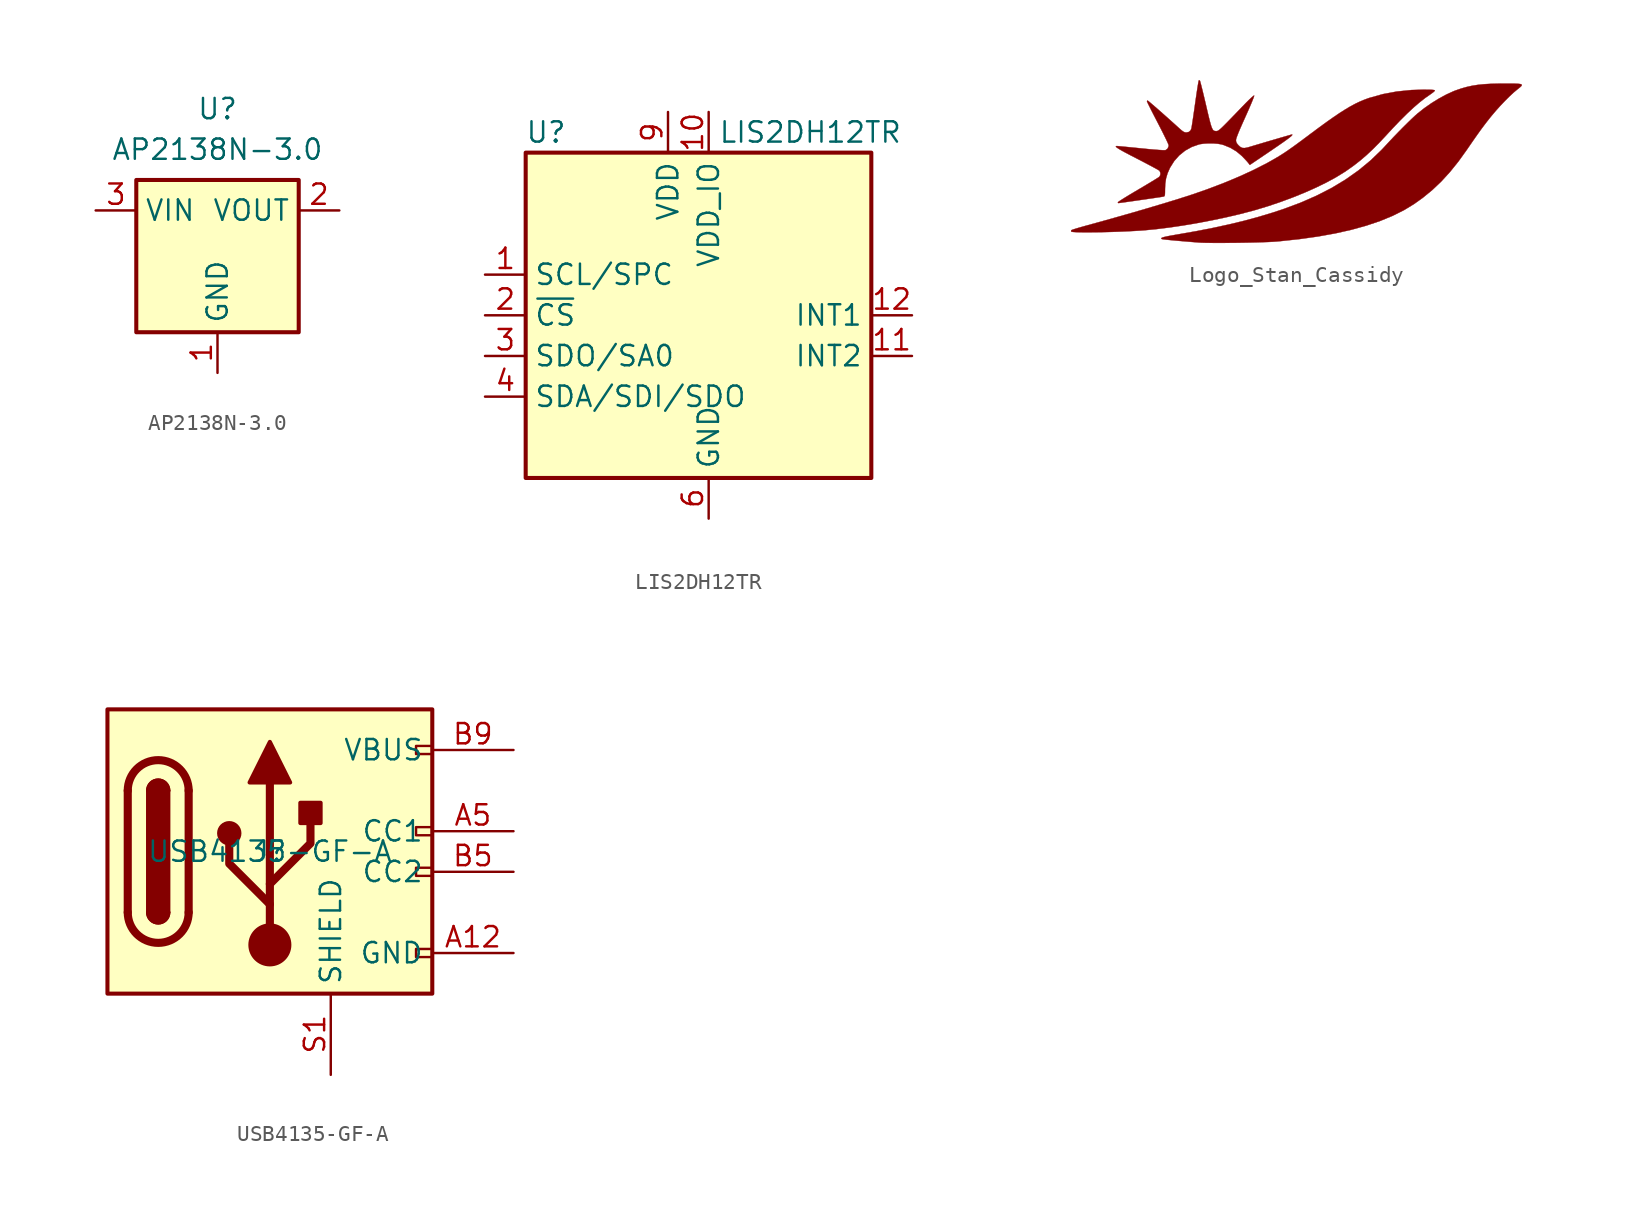
<source format=kicad_sym>
(kicad_symbol_lib
  (version 20211014)
  (generator kicad_symbol_editor)
  (symbol "AP2138N-3.0"
    (property "Reference" "U"
      (at 0 8.89 0)
      (effects (font (size 1.27 1.27))))
    (property "Value" "AP2138N-3.0"
      (at 0 6.35 0)
      (effects (font (size 1.27 1.27))))
    (symbol "AP2138N-3.0_0_1"
      (rectangle (start -5.08 4.445) (end 5.08 -5.08) (stroke (width 0.254) (type default) (color 0 0 0 0)) (fill (type background))))
    (symbol "AP2138N-3.0_1_1"
      (pin power_in line (at 0 -7.62 90) (length 2.54) (name "GND" (effects (font (size 1.27 1.27)))) (number "1" (effects (font (size 1.27 1.27)))))
      (pin power_out line (at 7.62 2.54 180) (length 2.54) (name "VOUT" (effects (font (size 1.27 1.27)))) (number "2" (effects (font (size 1.27 1.27)))))
      (pin power_in line (at -7.62 2.54 0) (length 2.54) (name "VIN" (effects (font (size 1.27 1.27)))) (number "3" (effects (font (size 1.27 1.27)))))))
  (symbol "LIS2DH12TR"
    (property "Reference" "U"
      (at -8.89 10.16 0)
      (effects (font (size 1.27 1.27))))
    (property "Value" "LIS2DH12TR"
      (at 7.62 10.16 0)
      (effects (font (size 1.27 1.27))))
    (symbol "LIS2DH12TR_0_1"
      (rectangle (start -10.16 8.89) (end 11.43 -11.43) (stroke (width 0.254) (type default) (color 0 0 0 0)) (fill (type background))))
    (symbol "LIS2DH12TR_1_1"
      (pin input line (at -12.7 1.27 0) (length 2.54) (name "SCL/SPC" (effects (font (size 1.27 1.27)))) (number "1" (effects (font (size 1.27 1.27)))))
      (pin power_in line (at 1.27 11.43 270) (length 2.54) (name "VDD_IO" (effects (font (size 1.27 1.27)))) (number "10" (effects (font (size 1.27 1.27)))))
      (pin output line (at 13.97 -3.81 180) (length 2.54) (name "INT2" (effects (font (size 1.27 1.27)))) (number "11" (effects (font (size 1.27 1.27)))))
      (pin output line (at 13.97 -1.27 180) (length 2.54) (name "INT1" (effects (font (size 1.27 1.27)))) (number "12" (effects (font (size 1.27 1.27)))))
      (pin input line (at -12.7 -1.27 0) (length 2.54) (name "~{CS}" (effects (font (size 1.27 1.27)))) (number "2" (effects (font (size 1.27 1.27)))))
      (pin bidirectional line (at -12.7 -3.81 0) (length 2.54) (name "SDO/SA0" (effects (font (size 1.27 1.27)))) (number "3" (effects (font (size 1.27 1.27)))) (alternate "SA0" passive line))
      (pin bidirectional line (at -12.7 -6.35 0) (length 2.54) (name "SDA/SDI/SDO" (effects (font (size 1.27 1.27)))) (number "4" (effects (font (size 1.27 1.27)))))
      (pin passive line (at 1.27 -13.97 90) (length 2.54) hide (name "RES" (effects (font (size 1.27 1.27)))) (number "5" (effects (font (size 1.27 1.27)))))
      (pin power_in line (at 1.27 -13.97 90) (length 2.54) (name "GND" (effects (font (size 1.27 1.27)))) (number "6" (effects (font (size 1.27 1.27)))))
      (pin passive line (at 1.27 -13.97 90) (length 2.54) hide (name "GND" (effects (font (size 1.27 1.27)))) (number "7" (effects (font (size 1.27 1.27)))))
      (pin passive line (at 1.27 -13.97 90) (length 2.54) hide (name "GND" (effects (font (size 1.27 1.27)))) (number "8" (effects (font (size 1.27 1.27)))))
      (pin power_in line (at -1.27 11.43 270) (length 2.54) (name "VDD" (effects (font (size 1.27 1.27)))) (number "9" (effects (font (size 1.27 1.27)))))))
  (symbol "Logo_Stan_Cassidy"
    (property "Reference" "LOGO"
      (at 0 0 0)
      (effects (font (size 1.27 1.27)) hide))
    (symbol "Logo_Stan_Cassidy_0_0"
      (polyline (pts (xy -12.7 -3.81) (xy -12.309 -3.804) (xy -11.901 -3.794) (xy -11.484 -3.781) (xy -11.067 -3.766) (xy -10.659 -3.748) (xy -10.268 -3.728) (xy -9.905 -3.706) (xy -9.576 -3.681) (xy -8.876 -3.613) (xy -8.049 -3.51) (xy -7.181 -3.381) (xy -6.29 -3.229) (xy -5.396 -3.059) (xy -4.519 -2.874) (xy -3.677 -2.677) (xy -2.89 -2.472) (xy -2.705 -2.42) (xy -1.911 -2.18) (xy -1.122 -1.914) (xy -0.351 -1.628) (xy 0.391 -1.327) (xy 1.094 -1.014) (xy 1.746 -0.695) (xy 2.335 -0.375) (xy 2.852 -0.057) (xy 3.051 0.077) (xy 3.467 0.373) (xy 3.861 0.682) (xy 4.248 1.015) (xy 4.64 1.383) (xy 5.051 1.798) (xy 5.495 2.273) (xy 5.894 2.705) (xy 6.359 3.19) (xy 6.787 3.614) (xy 7.184 3.984) (xy 7.555 4.303) (xy 7.906 4.578) (xy 8.244 4.814) (xy 8.263 4.827) (xy 8.387 4.917) (xy 8.475 4.993) (xy 8.509 5.041) (xy 8.508 5.046) (xy 8.478 5.065) (xy 8.399 5.079) (xy 8.262 5.088) (xy 8.058 5.092) (xy 7.778 5.094) (xy 7.048 5.072) (xy 6.133 4.979) (xy 5.254 4.815) (xy 4.418 4.58) (xy 4.354 4.559) (xy 4.08 4.458) (xy 3.805 4.342) (xy 3.525 4.207) (xy 3.23 4.048) (xy 2.914 3.861) (xy 2.57 3.642) (xy 2.19 3.385) (xy 1.767 3.087) (xy 1.294 2.743) (xy 0.763 2.349) (xy 0.761 2.347) (xy 0.362 2.049) (xy 0.021 1.796) (xy -0.273 1.581) (xy -0.529 1.399) (xy -0.756 1.241) (xy -0.966 1.102) (xy -1.167 0.975) (xy -1.369 0.853) (xy -1.582 0.729) (xy -1.815 0.597) (xy -2.095 0.445) (xy -2.872 0.052) (xy -3.721 -0.336) (xy -4.632 -0.717) (xy -5.596 -1.086) (xy -6.604 -1.44) (xy -7.646 -1.774) (xy -7.734 -1.801) (xy -8.626 -2.071) (xy -9.5 -2.331) (xy -10.376 -2.587) (xy -11.274 -2.843) (xy -12.215 -3.107) (xy -13.219 -3.384) (xy -13.357 -3.422) (xy -13.614 -3.495) (xy -13.838 -3.56) (xy -14.016 -3.615) (xy -14.137 -3.656) (xy -14.188 -3.678) (xy -14.202 -3.697) (xy -14.2 -3.765) (xy -14.178 -3.776) (xy -14.079 -3.791) (xy -13.909 -3.802) (xy -13.678 -3.81) (xy -13.393 -3.813) (xy -13.064 -3.813) (xy -12.7 -3.81)) (stroke (width 0.01) (type default) (color 0 0 0 0)) (fill (type outline)))
      (polyline (pts (xy -4.364 -4.47) (xy -3.922 -4.466) (xy -3.476 -4.459) (xy -3.038 -4.451) (xy -2.62 -4.441) (xy -2.234 -4.429) (xy -1.892 -4.417) (xy -1.605 -4.402) (xy -1.387 -4.387) (xy -1.18 -4.369) (xy 0.059 -4.236) (xy 1.219 -4.072) (xy 2.301 -3.877) (xy 3.308 -3.65) (xy 4.238 -3.392) (xy 5.093 -3.103) (xy 5.874 -2.781) (xy 6.582 -2.427) (xy 7.216 -2.041) (xy 7.762 -1.65) (xy 8.352 -1.166) (xy 8.912 -0.634) (xy 9.451 -0.045) (xy 9.979 0.611) (xy 10.504 1.341) (xy 10.524 1.371) (xy 10.794 1.764) (xy 11.027 2.099) (xy 11.232 2.389) (xy 11.418 2.647) (xy 11.595 2.884) (xy 11.772 3.115) (xy 11.958 3.35) (xy 12.04 3.451) (xy 12.304 3.764) (xy 12.587 4.08) (xy 12.876 4.386) (xy 13.157 4.666) (xy 13.415 4.907) (xy 13.637 5.094) (xy 13.711 5.152) (xy 13.83 5.248) (xy 13.908 5.323) (xy 13.939 5.38) (xy 13.918 5.42) (xy 13.84 5.447) (xy 13.7 5.463) (xy 13.49 5.472) (xy 13.207 5.474) (xy 12.845 5.475) (xy 12.517 5.473) (xy 12.02 5.461) (xy 11.585 5.436) (xy 11.196 5.396) (xy 10.839 5.34) (xy 10.499 5.265) (xy 10.163 5.17) (xy 9.816 5.051) (xy 9.673 4.996) (xy 9.236 4.797) (xy 8.773 4.547) (xy 8.304 4.258) (xy 7.85 3.941) (xy 7.428 3.607) (xy 7.263 3.461) (xy 7.047 3.259) (xy 6.797 3.016) (xy 6.524 2.745) (xy 6.238 2.455) (xy 5.953 2.16) (xy 5.678 1.869) (xy 5.425 1.596) (xy 5.196 1.351) (xy 4.5 0.68) (xy 3.747 0.058) (xy 2.933 -0.516) (xy 2.056 -1.045) (xy 1.111 -1.529) (xy 0.098 -1.972) (xy -0.989 -2.375) (xy -1.64 -2.589) (xy -2.5 -2.848) (xy -3.394 -3.09) (xy -4.333 -3.317) (xy -5.326 -3.533) (xy -6.384 -3.74) (xy -7.516 -3.939) (xy -7.644 -3.961) (xy -7.965 -4.017) (xy -8.211 -4.064) (xy -8.389 -4.104) (xy -8.505 -4.139) (xy -8.565 -4.17) (xy -8.577 -4.199) (xy -8.547 -4.229) (xy -8.535 -4.233) (xy -8.444 -4.25) (xy -8.271 -4.271) (xy -8.017 -4.297) (xy -7.684 -4.328) (xy -7.273 -4.364) (xy -6.787 -4.405) (xy -6.226 -4.449) (xy -6.095 -4.457) (xy -5.853 -4.465) (xy -5.547 -4.47) (xy -5.189 -4.473) (xy -4.79 -4.473) (xy -4.364 -4.47)) (stroke (width 0.01) (type default) (color 0 0 0 0)) (fill (type outline)))
      (polyline (pts (xy -11.24 -1.986) (xy -11.148 -1.974) (xy -10.991 -1.953) (xy -10.781 -1.924) (xy -10.53 -1.888) (xy -10.251 -1.849) (xy -9.955 -1.806) (xy -9.655 -1.763) (xy -9.363 -1.72) (xy -9.091 -1.681) (xy -8.852 -1.645) (xy -8.657 -1.616) (xy -8.519 -1.595) (xy -8.451 -1.583) (xy -8.419 -1.576) (xy -8.382 -1.557) (xy -8.36 -1.517) (xy -8.348 -1.439) (xy -8.343 -1.307) (xy -8.341 -1.106) (xy -8.328 -0.792) (xy -8.279 -0.452) (xy -8.186 -0.133) (xy -8.042 0.196) (xy -8.026 0.228) (xy -7.769 0.636) (xy -7.452 0.993) (xy -7.082 1.29) (xy -6.668 1.52) (xy -6.22 1.677) (xy -6.154 1.692) (xy -5.909 1.726) (xy -5.622 1.741) (xy -5.325 1.739) (xy -5.049 1.718) (xy -4.825 1.68) (xy -4.673 1.636) (xy -4.263 1.468) (xy -3.881 1.239) (xy -3.552 0.963) (xy -3.48 0.89) (xy -3.342 0.745) (xy -3.225 0.618) (xy -3.149 0.529) (xy -3.046 0.396) (xy -1.722 1.292) (xy -1.594 1.38) (xy -1.244 1.619) (xy -0.959 1.817) (xy -0.737 1.976) (xy -0.574 2.099) (xy -0.464 2.189) (xy -0.405 2.25) (xy -0.392 2.284) (xy -0.421 2.295) (xy -0.431 2.293) (xy -0.506 2.272) (xy -0.646 2.232) (xy -0.84 2.176) (xy -1.076 2.108) (xy -1.341 2.03) (xy -1.626 1.947) (xy -1.919 1.861) (xy -2.207 1.776) (xy -2.479 1.695) (xy -2.725 1.622) (xy -2.931 1.56) (xy -3.088 1.513) (xy -3.171 1.489) (xy -3.362 1.45) (xy -3.507 1.456) (xy -3.63 1.511) (xy -3.752 1.619) (xy -3.849 1.733) (xy -3.9 1.835) (xy -3.913 1.947) (xy -3.9 2.017) (xy -3.855 2.156) (xy -3.776 2.362) (xy -3.662 2.636) (xy -3.511 2.98) (xy -3.324 3.398) (xy -3.241 3.581) (xy -3.105 3.889) (xy -2.987 4.162) (xy -2.892 4.391) (xy -2.822 4.567) (xy -2.782 4.683) (xy -2.774 4.73) (xy -2.787 4.729) (xy -2.852 4.682) (xy -2.964 4.583) (xy -3.118 4.437) (xy -3.305 4.251) (xy -3.519 4.03) (xy -3.747 3.793) (xy -4.042 3.487) (xy -4.288 3.233) (xy -4.489 3.027) (xy -4.65 2.865) (xy -4.778 2.74) (xy -4.878 2.648) (xy -4.954 2.584) (xy -5.012 2.543) (xy -5.057 2.52) (xy -5.096 2.51) (xy -5.132 2.507) (xy -5.181 2.508) (xy -5.243 2.515) (xy -5.296 2.537) (xy -5.345 2.581) (xy -5.39 2.655) (xy -5.437 2.765) (xy -5.487 2.92) (xy -5.544 3.128) (xy -5.611 3.395) (xy -5.691 3.73) (xy -5.786 4.14) (xy -5.862 4.463) (xy -5.938 4.782) (xy -6.007 5.066) (xy -6.067 5.306) (xy -6.115 5.492) (xy -6.149 5.614) (xy -6.167 5.663) (xy -6.183 5.676) (xy -6.232 5.674) (xy -6.241 5.642) (xy -6.262 5.535) (xy -6.291 5.361) (xy -6.328 5.131) (xy -6.37 4.854) (xy -6.416 4.54) (xy -6.465 4.199) (xy -6.502 3.933) (xy -6.549 3.607) (xy -6.592 3.312) (xy -6.63 3.06) (xy -6.661 2.861) (xy -6.683 2.725) (xy -6.696 2.662) (xy -6.743 2.556) (xy -6.852 2.455) (xy -7.011 2.422) (xy -7.016 2.422) (xy -7.104 2.433) (xy -7.191 2.469) (xy -7.296 2.544) (xy -7.439 2.669) (xy -7.707 2.912) (xy -7.98 3.157) (xy -8.25 3.398) (xy -8.51 3.629) (xy -8.752 3.842) (xy -8.969 4.031) (xy -9.152 4.189) (xy -9.296 4.311) (xy -9.391 4.388) (xy -9.431 4.415) (xy -9.443 4.413) (xy -9.47 4.369) (xy -9.457 4.335) (xy -9.409 4.233) (xy -9.33 4.072) (xy -9.225 3.862) (xy -9.096 3.61) (xy -8.95 3.327) (xy -8.791 3.02) (xy -8.664 2.774) (xy -8.514 2.481) (xy -8.382 2.215) (xy -8.271 1.988) (xy -8.186 1.806) (xy -8.132 1.682) (xy -8.113 1.622) (xy -8.121 1.546) (xy -8.185 1.407) (xy -8.301 1.321) (xy -8.357 1.315) (xy -8.499 1.316) (xy -8.72 1.329) (xy -9.019 1.352) (xy -9.391 1.385) (xy -9.835 1.429) (xy -10.091 1.455) (xy -10.416 1.487) (xy -10.709 1.516) (xy -10.959 1.54) (xy -11.155 1.558) (xy -11.288 1.57) (xy -11.346 1.574) (xy -11.381 1.572) (xy -11.414 1.556) (xy -11.4 1.522) (xy -11.335 1.468) (xy -11.215 1.39) (xy -11.035 1.285) (xy -10.791 1.152) (xy -10.479 0.988) (xy -10.094 0.79) (xy -9.834 0.656) (xy -9.54 0.502) (xy -9.275 0.362) (xy -9.049 0.241) (xy -8.871 0.143) (xy -8.75 0.073) (xy -8.696 0.037) (xy -8.677 0.015) (xy -8.628 -0.106) (xy -8.636 -0.24) (xy -8.699 -0.348) (xy -8.732 -0.372) (xy -8.833 -0.437) (xy -8.992 -0.535) (xy -9.2 -0.662) (xy -9.446 -0.81) (xy -9.723 -0.975) (xy -10.021 -1.151) (xy -10.246 -1.284) (xy -10.524 -1.45) (xy -10.771 -1.6) (xy -10.979 -1.729) (xy -11.139 -1.831) (xy -11.243 -1.902) (xy -11.283 -1.935) (xy -11.286 -1.957) (xy -11.257 -1.988) (xy -11.24 -1.986)) (stroke (width 0.01) (type default) (color 0 0 0 0)) (fill (type outline)))))
  (symbol "USB4135-GF-A"
    (property "Reference" "J"
      (at 0 0 0)
      (effects (font (size 1.27 1.27))))
    (property "Value" "USB4135-GF-A"
      (at 0 0 0)
      (effects (font (size 1.27 1.27))))
    (symbol "USB4135-GF-A_0_0"
      (rectangle (start 10.16 -6.604) (end 9.144 -6.096) (stroke (width 0) (type default) (color 0 0 0 0)) (fill (type none)))
      (rectangle (start 10.16 -1.016) (end 9.144 -1.524) (stroke (width 0) (type default) (color 0 0 0 0)) (fill (type none)))
      (rectangle (start 10.16 1.524) (end 9.144 1.016) (stroke (width 0) (type default) (color 0 0 0 0)) (fill (type none)))
      (rectangle (start 10.16 6.604) (end 9.144 6.096) (stroke (width 0) (type default) (color 0 0 0 0)) (fill (type none))))
    (symbol "USB4135-GF-A_0_1"
      (rectangle (start -10.16 8.89) (end 10.16 -8.89) (stroke (width 0.254) (type default) (color 0 0 0 0)) (fill (type background)))
      (arc (start -8.89 -3.81) (mid -6.985 -5.715) (end -5.08 -3.81) (stroke (width 0.508) (type default) (color 0 0 0 0)) (fill (type none)))
      (arc (start -7.62 -3.81) (mid -6.985 -4.445) (end -6.35 -3.81) (stroke (width 0.254) (type default) (color 0 0 0 0)) (fill (type none)))
      (arc (start -7.62 -3.81) (mid -6.985 -4.445) (end -6.35 -3.81) (stroke (width 0.254) (type default) (color 0 0 0 0)) (fill (type outline)))
      (rectangle (start -7.62 -3.81) (end -6.35 3.81) (stroke (width 0.254) (type default) (color 0 0 0 0)) (fill (type outline)))
      (arc (start -6.35 3.81) (mid -6.985 4.445) (end -7.62 3.81) (stroke (width 0.254) (type default) (color 0 0 0 0)) (fill (type none)))
      (arc (start -6.35 3.81) (mid -6.985 4.445) (end -7.62 3.81) (stroke (width 0.254) (type default) (color 0 0 0 0)) (fill (type outline)))
      (arc (start -5.08 3.81) (mid -6.985 5.715) (end -8.89 3.81) (stroke (width 0.508) (type default) (color 0 0 0 0)) (fill (type none)))
      (circle (center -2.54 1.143) (radius 0.635) (stroke (width 0.254) (type default) (color 0 0 0 0)) (fill (type outline)))
      (circle (center 0 -5.842) (radius 1.27) (stroke (width 0) (type default) (color 0 0 0 0)) (fill (type outline)))
      (polyline (pts (xy -8.89 -3.81) (xy -8.89 3.81)) (stroke (width 0.508) (type default) (color 0 0 0 0)) (fill (type none)))
      (polyline (pts (xy -5.08 3.81) (xy -5.08 -3.81)) (stroke (width 0.508) (type default) (color 0 0 0 0)) (fill (type none)))
      (polyline (pts (xy 0 -5.842) (xy 0 4.318)) (stroke (width 0.508) (type default) (color 0 0 0 0)) (fill (type none)))
      (polyline (pts (xy 0 -3.302) (xy -2.54 -0.762) (xy -2.54 0.508)) (stroke (width 0.508) (type default) (color 0 0 0 0)) (fill (type none)))
      (polyline (pts (xy 0 -2.032) (xy 2.54 0.508) (xy 2.54 1.778)) (stroke (width 0.508) (type default) (color 0 0 0 0)) (fill (type none)))
      (polyline (pts (xy -1.27 4.318) (xy 0 6.858) (xy 1.27 4.318) (xy -1.27 4.318)) (stroke (width 0.254) (type default) (color 0 0 0 0)) (fill (type outline)))
      (rectangle (start 1.905 1.778) (end 3.175 3.048) (stroke (width 0.254) (type default) (color 0 0 0 0)) (fill (type outline))))
    (symbol "USB4135-GF-A_1_1"
      (pin passive line (at 15.24 -6.35 180) (length 5.08) (name "GND" (effects (font (size 1.27 1.27)))) (number "A12" (effects (font (size 1.27 1.27)))))
      (pin bidirectional line (at 15.24 1.27 180) (length 5.08) (name "CC1" (effects (font (size 1.27 1.27)))) (number "A5" (effects (font (size 1.27 1.27)))))
      (pin passive line (at 15.24 6.35 180) (length 5.08) hide (name "VBUS" (effects (font (size 1.27 1.27)))) (number "A9" (effects (font (size 1.27 1.27)))))
      (pin passive line (at 15.24 -6.35 180) (length 5.08) hide (name "GND" (effects (font (size 1.27 1.27)))) (number "B12" (effects (font (size 1.27 1.27)))))
      (pin bidirectional line (at 15.24 -1.27 180) (length 5.08) (name "CC2" (effects (font (size 1.27 1.27)))) (number "B5" (effects (font (size 1.27 1.27)))))
      (pin passive line (at 15.24 6.35 180) (length 5.08) (name "VBUS" (effects (font (size 1.27 1.27)))) (number "B9" (effects (font (size 1.27 1.27)))))
      (pin passive line (at 3.81 -13.97 90) (length 5.08) (name "SHIELD" (effects (font (size 1.27 1.27)))) (number "S1" (effects (font (size 1.27 1.27)))))
      (pin passive line (at 3.81 -13.97 90) (length 5.08) hide (name "SHIELD" (effects (font (size 1.27 1.27)))) (number "S2" (effects (font (size 1.27 1.27)))))
      (pin passive line (at 3.81 -13.97 90) (length 5.08) hide (name "SHIELD" (effects (font (size 1.27 1.27)))) (number "S3" (effects (font (size 1.27 1.27)))))
      (pin passive line (at 3.81 -13.97 90) (length 5.08) hide (name "SHIELD" (effects (font (size 1.27 1.27)))) (number "S4" (effects (font (size 1.27 1.27))))))))
</source>
